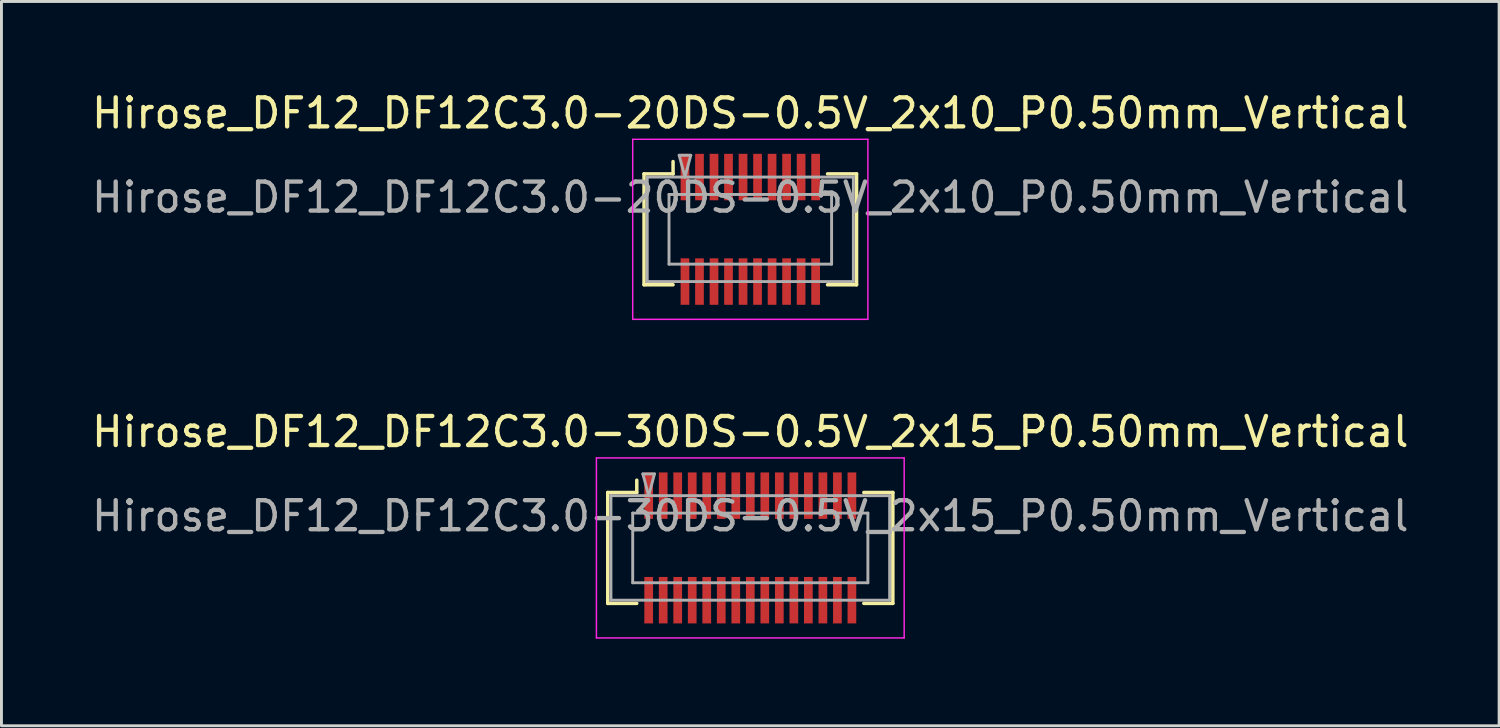
<source format=kicad_pcb>
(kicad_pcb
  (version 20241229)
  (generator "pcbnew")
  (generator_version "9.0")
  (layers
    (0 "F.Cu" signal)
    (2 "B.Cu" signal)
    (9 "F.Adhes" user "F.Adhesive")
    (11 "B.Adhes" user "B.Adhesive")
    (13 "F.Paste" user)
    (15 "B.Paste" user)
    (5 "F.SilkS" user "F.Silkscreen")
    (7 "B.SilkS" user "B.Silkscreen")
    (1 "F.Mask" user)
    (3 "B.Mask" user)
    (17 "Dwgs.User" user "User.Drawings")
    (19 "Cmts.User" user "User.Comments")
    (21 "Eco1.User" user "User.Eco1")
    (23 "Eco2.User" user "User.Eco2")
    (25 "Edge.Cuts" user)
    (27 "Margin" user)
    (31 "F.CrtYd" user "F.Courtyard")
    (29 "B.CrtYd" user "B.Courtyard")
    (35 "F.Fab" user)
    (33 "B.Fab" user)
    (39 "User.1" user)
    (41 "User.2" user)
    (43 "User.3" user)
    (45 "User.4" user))
  (footprint "Hirose_DF12_DF12C3.0-30DS-0.5V_2x15_P0.50mm_Vertical"
    (layer "F.Cu")
    (at 22.792 15.822)
    (property "Reference" "Hirose_DF12_DF12C3.0-30DS-0.5V_2x15_P0.50mm_Vertical" (at 0 -4 0) (layer "F.SilkS") (effects (font (size 1 1) (thickness 0.15))))
    (attr smd)
    (fp_line (start -4.91 -1.91) (end -3.91 -1.91) (stroke (width 0.12) (type solid)) (layer "F.SilkS"))
    (fp_line (start -4.91 1.91) (end -4.91 -1.91) (stroke (width 0.12) (type solid)) (layer "F.SilkS"))
    (fp_line (start -3.91 -1.91) (end -3.91 -2.333) (stroke (width 0.12) (type solid)) (layer "F.SilkS"))
    (fp_line (start -3.91 1.91) (end -4.91 1.91) (stroke (width 0.12) (type solid)) (layer "F.SilkS"))
    (fp_line (start 3.91 1.91) (end 4.91 1.91) (stroke (width 0.12) (type solid)) (layer "F.SilkS"))
    (fp_line (start 4.91 -1.91) (end 3.91 -1.91) (stroke (width 0.12) (type solid)) (layer "F.SilkS"))
    (fp_line (start 4.91 1.91) (end 4.91 -1.91) (stroke (width 0.12) (type solid)) (layer "F.SilkS"))
    (fp_line (start -5.3 -3.1) (end -5.3 3.1) (stroke (width 0.05) (type solid)) (layer "F.CrtYd"))
    (fp_line (start -5.3 3.1) (end 5.3 3.1) (stroke (width 0.05) (type solid)) (layer "F.CrtYd"))
    (fp_line (start 5.3 -3.1) (end -5.3 -3.1) (stroke (width 0.05) (type solid)) (layer "F.CrtYd"))
    (fp_line (start 5.3 3.1) (end 5.3 -3.1) (stroke (width 0.05) (type solid)) (layer "F.CrtYd"))
    (fp_line (start -4.8 -1.8) (end 4.8 -1.8) (stroke (width 0.1) (type solid)) (layer "F.Fab"))
    (fp_line (start -4.8 1.8) (end -4.8 -1.8) (stroke (width 0.1) (type solid)) (layer "F.Fab"))
    (fp_line (start -4.05 -1.2) (end 4.05 -1.2) (stroke (width 0.1) (type solid)) (layer "F.Fab"))
    (fp_line (start -4.05 1.2) (end -4.05 -1.2) (stroke (width 0.1) (type solid)) (layer "F.Fab"))
    (fp_line (start -3.7 -2.55) (end -3.5 -1.8) (stroke (width 0.1) (type solid)) (layer "F.Fab"))
    (fp_line (start -3.5 -1.8) (end -3.3 -2.55) (stroke (width 0.1) (type solid)) (layer "F.Fab"))
    (fp_line (start -3.3 -2.55) (end -3.7 -2.55) (stroke (width 0.1) (type solid)) (layer "F.Fab"))
    (fp_line (start 4.05 -1.2) (end 4.05 1.2) (stroke (width 0.1) (type solid)) (layer "F.Fab"))
    (fp_line (start 4.05 1.2) (end -4.05 1.2) (stroke (width 0.1) (type solid)) (layer "F.Fab"))
    (fp_line (start 4.8 -1.8) (end 4.8 1.8) (stroke (width 0.1) (type solid)) (layer "F.Fab"))
    (fp_line (start 4.8 1.8) (end -4.8 1.8) (stroke (width 0.1) (type solid)) (layer "F.Fab"))
    (fp_text user "${REFERENCE}" (at 0 -1.1 0) (layer "F.Fab") (effects (font (size 1 1) (thickness 0.15))))
    (pad "" smd rect (at -3.5 -2) (size 0.28 1.2) (layers "F.Paste"))
    (pad "" smd rect (at -3.5 2) (size 0.28 1.2) (layers "F.Paste"))
    (pad "" smd rect (at -3 -2) (size 0.28 1.2) (layers "F.Paste"))
    (pad "" smd rect (at -3 2) (size 0.28 1.2) (layers "F.Paste"))
    (pad "" smd rect (at -2.5 -2) (size 0.28 1.2) (layers "F.Paste"))
    (pad "" smd rect (at -2.5 2) (size 0.28 1.2) (layers "F.Paste"))
    (pad "" smd rect (at -2 -2) (size 0.28 1.2) (layers "F.Paste"))
    (pad "" smd rect (at -2 2) (size 0.28 1.2) (layers "F.Paste"))
    (pad "" smd rect (at -1.5 -2) (size 0.28 1.2) (layers "F.Paste"))
    (pad "" smd rect (at -1.5 2) (size 0.28 1.2) (layers "F.Paste"))
    (pad "" smd rect (at -1 -2) (size 0.28 1.2) (layers "F.Paste"))
    (pad "" smd rect (at -1 2) (size 0.28 1.2) (layers "F.Paste"))
    (pad "" smd rect (at -0.5 -2) (size 0.28 1.2) (layers "F.Paste"))
    (pad "" smd rect (at -0.5 2) (size 0.28 1.2) (layers "F.Paste"))
    (pad "" smd rect (at 0 -2) (size 0.28 1.2) (layers "F.Paste"))
    (pad "" smd rect (at 0 2) (size 0.28 1.2) (layers "F.Paste"))
    (pad "" smd rect (at 0.5 -2) (size 0.28 1.2) (layers "F.Paste"))
    (pad "" smd rect (at 0.5 2) (size 0.28 1.2) (layers "F.Paste"))
    (pad "" smd rect (at 1 -2) (size 0.28 1.2) (layers "F.Paste"))
    (pad "" smd rect (at 1 2) (size 0.28 1.2) (layers "F.Paste"))
    (pad "" smd rect (at 1.5 -2) (size 0.28 1.2) (layers "F.Paste"))
    (pad "" smd rect (at 1.5 2) (size 0.28 1.2) (layers "F.Paste"))
    (pad "" smd rect (at 2 -2) (size 0.28 1.2) (layers "F.Paste"))
    (pad "" smd rect (at 2 2) (size 0.28 1.2) (layers "F.Paste"))
    (pad "" smd rect (at 2.5 -2) (size 0.28 1.2) (layers "F.Paste"))
    (pad "" smd rect (at 2.5 2) (size 0.28 1.2) (layers "F.Paste"))
    (pad "" smd rect (at 3 -2) (size 0.28 1.2) (layers "F.Paste"))
    (pad "" smd rect (at 3 2) (size 0.28 1.2) (layers "F.Paste"))
    (pad "" smd rect (at 3.5 -2) (size 0.28 1.2) (layers "F.Paste"))
    (pad "" smd rect (at 3.5 2) (size 0.28 1.2) (layers "F.Paste"))
    (pad "1" smd rect (at -3.5 -1.8) (size 0.3 1.6) (layers "F.Cu" "F.Mask"))
    (pad "2" smd rect (at -3 -1.8) (size 0.3 1.6) (layers "F.Cu" "F.Mask"))
    (pad "3" smd rect (at -2.5 -1.8) (size 0.3 1.6) (layers "F.Cu" "F.Mask"))
    (pad "4" smd rect (at -2 -1.8) (size 0.3 1.6) (layers "F.Cu" "F.Mask"))
    (pad "5" smd rect (at -1.5 -1.8) (size 0.3 1.6) (layers "F.Cu" "F.Mask"))
    (pad "6" smd rect (at -1 -1.8) (size 0.3 1.6) (layers "F.Cu" "F.Mask"))
    (pad "7" smd rect (at -0.5 -1.8) (size 0.3 1.6) (layers "F.Cu" "F.Mask"))
    (pad "8" smd rect (at 0 -1.8) (size 0.3 1.6) (layers "F.Cu" "F.Mask"))
    (pad "9" smd rect (at 0.5 -1.8) (size 0.3 1.6) (layers "F.Cu" "F.Mask"))
    (pad "10" smd rect (at 1 -1.8) (size 0.3 1.6) (layers "F.Cu" "F.Mask"))
    (pad "11" smd rect (at 1.5 -1.8) (size 0.3 1.6) (layers "F.Cu" "F.Mask"))
    (pad "12" smd rect (at 2 -1.8) (size 0.3 1.6) (layers "F.Cu" "F.Mask"))
    (pad "13" smd rect (at 2.5 -1.8) (size 0.3 1.6) (layers "F.Cu" "F.Mask"))
    (pad "14" smd rect (at 3 -1.8) (size 0.3 1.6) (layers "F.Cu" "F.Mask"))
    (pad "15" smd rect (at 3.5 -1.8) (size 0.3 1.6) (layers "F.Cu" "F.Mask"))
    (pad "16" smd rect (at -3.5 1.8) (size 0.3 1.6) (layers "F.Cu" "F.Mask"))
    (pad "17" smd rect (at -3 1.8) (size 0.3 1.6) (layers "F.Cu" "F.Mask"))
    (pad "18" smd rect (at -2.5 1.8) (size 0.3 1.6) (layers "F.Cu" "F.Mask"))
    (pad "19" smd rect (at -2 1.8) (size 0.3 1.6) (layers "F.Cu" "F.Mask"))
    (pad "20" smd rect (at -1.5 1.8) (size 0.3 1.6) (layers "F.Cu" "F.Mask"))
    (pad "21" smd rect (at -1 1.8) (size 0.3 1.6) (layers "F.Cu" "F.Mask"))
    (pad "22" smd rect (at -0.5 1.8) (size 0.3 1.6) (layers "F.Cu" "F.Mask"))
    (pad "23" smd rect (at 0 1.8) (size 0.3 1.6) (layers "F.Cu" "F.Mask"))
    (pad "24" smd rect (at 0.5 1.8) (size 0.3 1.6) (layers "F.Cu" "F.Mask"))
    (pad "25" smd rect (at 1 1.8) (size 0.3 1.6) (layers "F.Cu" "F.Mask"))
    (pad "26" smd rect (at 1.5 1.8) (size 0.3 1.6) (layers "F.Cu" "F.Mask"))
    (pad "27" smd rect (at 2 1.8) (size 0.3 1.6) (layers "F.Cu" "F.Mask"))
    (pad "28" smd rect (at 2.5 1.8) (size 0.3 1.6) (layers "F.Cu" "F.Mask"))
    (pad "29" smd rect (at 3 1.8) (size 0.3 1.6) (layers "F.Cu" "F.Mask"))
    (pad "30" smd rect (at 3.5 1.8) (size 0.3 1.6) (layers "F.Cu" "F.Mask")))
  (footprint "Hirose_DF12_DF12C3.0-20DS-0.5V_2x10_P0.50mm_Vertical"
    (layer "F.Cu")
    (at 22.792 4.848)
    (property "Reference" "Hirose_DF12_DF12C3.0-20DS-0.5V_2x10_P0.50mm_Vertical" (at 0 -4 0) (layer "F.SilkS") (effects (font (size 1 1) (thickness 0.15))))
    (attr smd)
    (fp_line (start -3.66 -1.91) (end -2.66 -1.91) (stroke (width 0.12) (type solid)) (layer "F.SilkS"))
    (fp_line (start -3.66 1.91) (end -3.66 -1.91) (stroke (width 0.12) (type solid)) (layer "F.SilkS"))
    (fp_line (start -2.66 -1.91) (end -2.66 -2.333) (stroke (width 0.12) (type solid)) (layer "F.SilkS"))
    (fp_line (start -2.66 1.91) (end -3.66 1.91) (stroke (width 0.12) (type solid)) (layer "F.SilkS"))
    (fp_line (start 2.66 1.91) (end 3.66 1.91) (stroke (width 0.12) (type solid)) (layer "F.SilkS"))
    (fp_line (start 3.66 -1.91) (end 2.66 -1.91) (stroke (width 0.12) (type solid)) (layer "F.SilkS"))
    (fp_line (start 3.66 1.91) (end 3.66 -1.91) (stroke (width 0.12) (type solid)) (layer "F.SilkS"))
    (fp_line (start -4.05 -3.1) (end -4.05 3.1) (stroke (width 0.05) (type solid)) (layer "F.CrtYd"))
    (fp_line (start -4.05 3.1) (end 4.05 3.1) (stroke (width 0.05) (type solid)) (layer "F.CrtYd"))
    (fp_line (start 4.05 -3.1) (end -4.05 -3.1) (stroke (width 0.05) (type solid)) (layer "F.CrtYd"))
    (fp_line (start 4.05 3.1) (end 4.05 -3.1) (stroke (width 0.05) (type solid)) (layer "F.CrtYd"))
    (fp_line (start -3.55 -1.8) (end 3.55 -1.8) (stroke (width 0.1) (type solid)) (layer "F.Fab"))
    (fp_line (start -3.55 1.8) (end -3.55 -1.8) (stroke (width 0.1) (type solid)) (layer "F.Fab"))
    (fp_line (start -2.8 -1.2) (end 2.8 -1.2) (stroke (width 0.1) (type solid)) (layer "F.Fab"))
    (fp_line (start -2.8 1.2) (end -2.8 -1.2) (stroke (width 0.1) (type solid)) (layer "F.Fab"))
    (fp_line (start -2.45 -2.55) (end -2.25 -1.8) (stroke (width 0.1) (type solid)) (layer "F.Fab"))
    (fp_line (start -2.25 -1.8) (end -2.05 -2.55) (stroke (width 0.1) (type solid)) (layer "F.Fab"))
    (fp_line (start -2.05 -2.55) (end -2.45 -2.55) (stroke (width 0.1) (type solid)) (layer "F.Fab"))
    (fp_line (start 2.8 -1.2) (end 2.8 1.2) (stroke (width 0.1) (type solid)) (layer "F.Fab"))
    (fp_line (start 2.8 1.2) (end -2.8 1.2) (stroke (width 0.1) (type solid)) (layer "F.Fab"))
    (fp_line (start 3.55 -1.8) (end 3.55 1.8) (stroke (width 0.1) (type solid)) (layer "F.Fab"))
    (fp_line (start 3.55 1.8) (end -3.55 1.8) (stroke (width 0.1) (type solid)) (layer "F.Fab"))
    (fp_text user "${REFERENCE}" (at 0 -1.1 0) (layer "F.Fab") (effects (font (size 1 1) (thickness 0.15))))
    (pad "" smd rect (at -2.25 -2) (size 0.28 1.2) (layers "F.Paste"))
    (pad "" smd rect (at -2.25 2) (size 0.28 1.2) (layers "F.Paste"))
    (pad "" smd rect (at -1.75 -2) (size 0.28 1.2) (layers "F.Paste"))
    (pad "" smd rect (at -1.75 2) (size 0.28 1.2) (layers "F.Paste"))
    (pad "" smd rect (at -1.25 -2) (size 0.28 1.2) (layers "F.Paste"))
    (pad "" smd rect (at -1.25 2) (size 0.28 1.2) (layers "F.Paste"))
    (pad "" smd rect (at -0.75 -2) (size 0.28 1.2) (layers "F.Paste"))
    (pad "" smd rect (at -0.75 2) (size 0.28 1.2) (layers "F.Paste"))
    (pad "" smd rect (at -0.25 -2) (size 0.28 1.2) (layers "F.Paste"))
    (pad "" smd rect (at -0.25 2) (size 0.28 1.2) (layers "F.Paste"))
    (pad "" smd rect (at 0.25 -2) (size 0.28 1.2) (layers "F.Paste"))
    (pad "" smd rect (at 0.25 2) (size 0.28 1.2) (layers "F.Paste"))
    (pad "" smd rect (at 0.75 -2) (size 0.28 1.2) (layers "F.Paste"))
    (pad "" smd rect (at 0.75 2) (size 0.28 1.2) (layers "F.Paste"))
    (pad "" smd rect (at 1.25 -2) (size 0.28 1.2) (layers "F.Paste"))
    (pad "" smd rect (at 1.25 2) (size 0.28 1.2) (layers "F.Paste"))
    (pad "" smd rect (at 1.75 -2) (size 0.28 1.2) (layers "F.Paste"))
    (pad "" smd rect (at 1.75 2) (size 0.28 1.2) (layers "F.Paste"))
    (pad "" smd rect (at 2.25 -2) (size 0.28 1.2) (layers "F.Paste"))
    (pad "" smd rect (at 2.25 2) (size 0.28 1.2) (layers "F.Paste"))
    (pad "1" smd rect (at -2.25 -1.8) (size 0.3 1.6) (layers "F.Cu" "F.Mask"))
    (pad "2" smd rect (at -1.75 -1.8) (size 0.3 1.6) (layers "F.Cu" "F.Mask"))
    (pad "3" smd rect (at -1.25 -1.8) (size 0.3 1.6) (layers "F.Cu" "F.Mask"))
    (pad "4" smd rect (at -0.75 -1.8) (size 0.3 1.6) (layers "F.Cu" "F.Mask"))
    (pad "5" smd rect (at -0.25 -1.8) (size 0.3 1.6) (layers "F.Cu" "F.Mask"))
    (pad "6" smd rect (at 0.25 -1.8) (size 0.3 1.6) (layers "F.Cu" "F.Mask"))
    (pad "7" smd rect (at 0.75 -1.8) (size 0.3 1.6) (layers "F.Cu" "F.Mask"))
    (pad "8" smd rect (at 1.25 -1.8) (size 0.3 1.6) (layers "F.Cu" "F.Mask"))
    (pad "9" smd rect (at 1.75 -1.8) (size 0.3 1.6) (layers "F.Cu" "F.Mask"))
    (pad "10" smd rect (at 2.25 -1.8) (size 0.3 1.6) (layers "F.Cu" "F.Mask"))
    (pad "11" smd rect (at -2.25 1.8) (size 0.3 1.6) (layers "F.Cu" "F.Mask"))
    (pad "12" smd rect (at -1.75 1.8) (size 0.3 1.6) (layers "F.Cu" "F.Mask"))
    (pad "13" smd rect (at -1.25 1.8) (size 0.3 1.6) (layers "F.Cu" "F.Mask"))
    (pad "14" smd rect (at -0.75 1.8) (size 0.3 1.6) (layers "F.Cu" "F.Mask"))
    (pad "15" smd rect (at -0.25 1.8) (size 0.3 1.6) (layers "F.Cu" "F.Mask"))
    (pad "16" smd rect (at 0.25 1.8) (size 0.3 1.6) (layers "F.Cu" "F.Mask"))
    (pad "17" smd rect (at 0.75 1.8) (size 0.3 1.6) (layers "F.Cu" "F.Mask"))
    (pad "18" smd rect (at 1.25 1.8) (size 0.3 1.6) (layers "F.Cu" "F.Mask"))
    (pad "19" smd rect (at 1.75 1.8) (size 0.3 1.6) (layers "F.Cu" "F.Mask"))
    (pad "20" smd rect (at 2.25 1.8) (size 0.3 1.6) (layers "F.Cu" "F.Mask")))
  (gr_rect
    (start -3 -3)
    (end 48.583 21.947)
    (stroke (width 0.1) (type default))
    (fill no)
    (layer "Edge.Cuts")))
</source>
